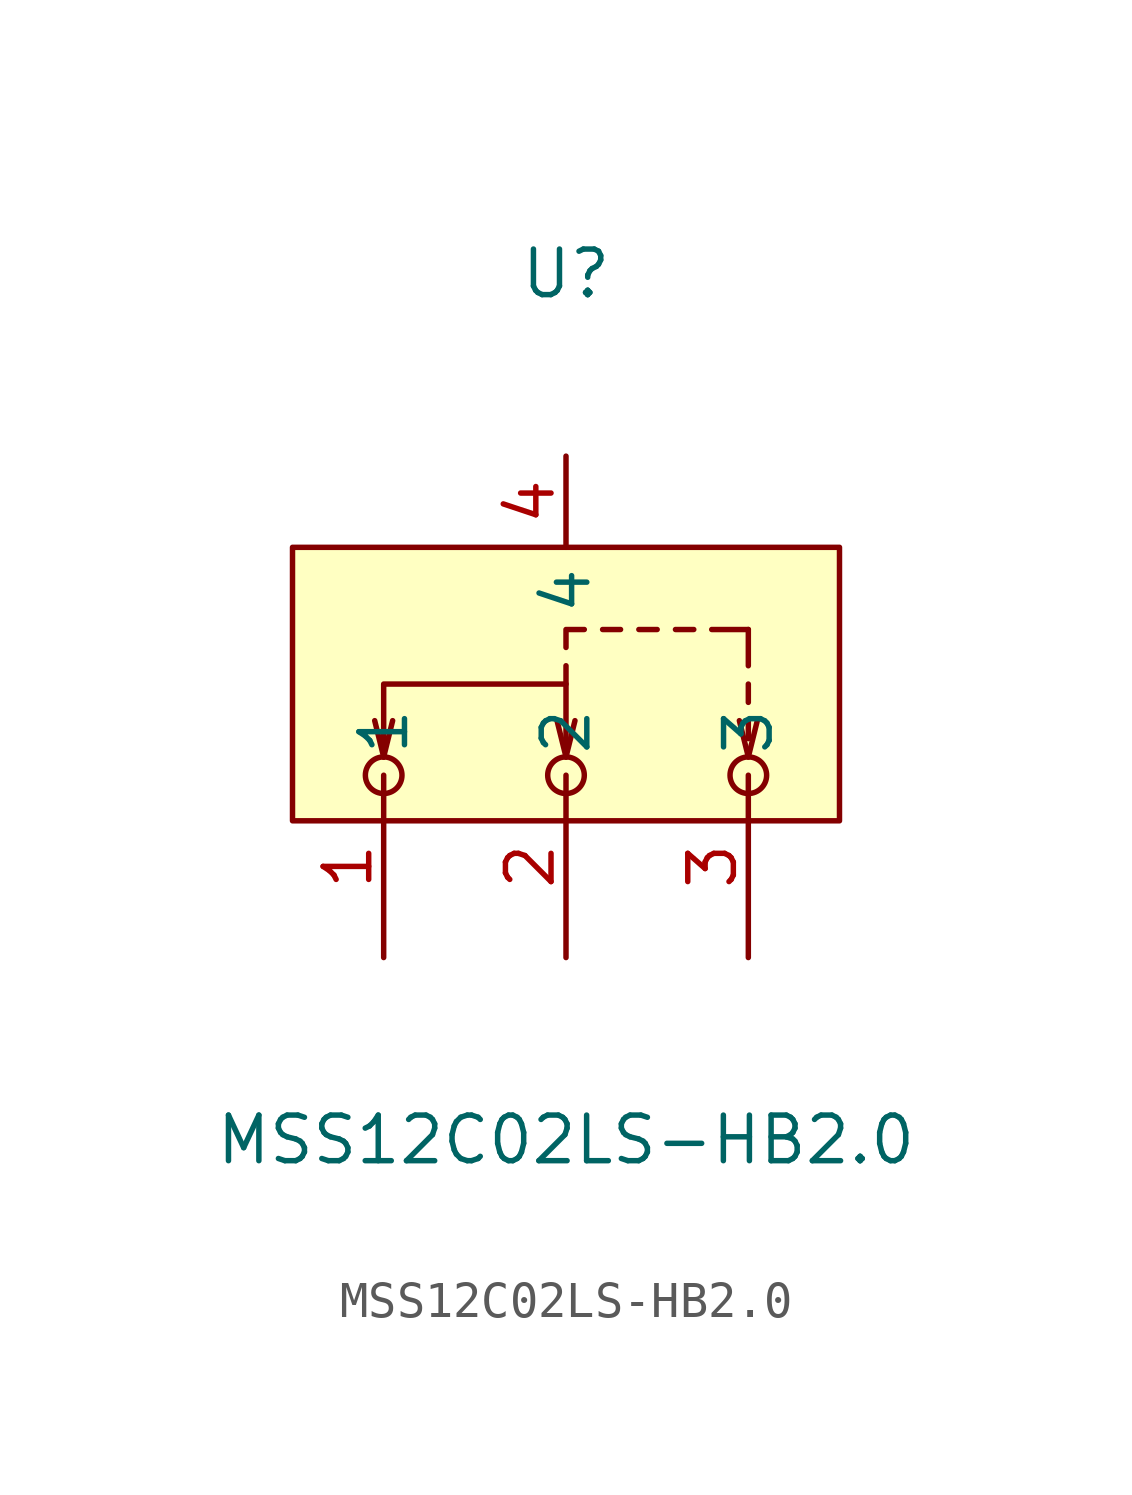
<source format=kicad_sym>
(kicad_symbol_lib
  (version 20211014)
  (generator https://github.com/uPesy/easyeda2kicad.py)
  (symbol "MSS12C02LS-HB2.0"
    (property "Reference" "U"
      (at 0 11.43 0)
      (effects (font (size 1.27 1.27))))
    (property "Value" "MSS12C02LS-HB2.0"
      (at 0 -12.70 0)
      (effects (font (size 1.27 1.27))))
    (symbol "MSS12C02LS-HB2.0_0_1"
      (rectangle (start -7.62 3.81) (end 7.62 -3.81) (stroke (width 0) (type default) (color 0 0 0 0)) (fill (type background)))
      (circle (center -5.08 -2.54) (radius 0.51) (stroke (width 0) (type default) (color 0 0 0 0)) (fill (type none)))
      (circle (center 0.00 -2.54) (radius 0.51) (stroke (width 0) (type default) (color 0 0 0 0)) (fill (type none)))
      (circle (center 5.08 -2.54) (radius 0.51) (stroke (width 0) (type default) (color 0 0 0 0)) (fill (type none)))
      (polyline (pts (xy 5.08 -0.51) (xy 5.08 -0.00)) (stroke (width 0) (type default) (color 0 0 0 0)) (fill (type none)))
      (polyline (pts (xy 5.08 -1.52) (xy 5.08 -1.02)) (stroke (width 0) (type default) (color 0 0 0 0)) (fill (type none)))
      (polyline (pts (xy 5.08 1.52) (xy 5.08 0.51)) (stroke (width 0) (type default) (color 0 0 0 0)) (fill (type none)))
      (polyline (pts (xy 4.06 1.52) (xy 5.08 1.52)) (stroke (width 0) (type default) (color 0 0 0 0)) (fill (type none)))
      (polyline (pts (xy 3.05 1.52) (xy 3.56 1.52)) (stroke (width 0) (type default) (color 0 0 0 0)) (fill (type none)))
      (polyline (pts (xy 2.03 1.52) (xy 2.54 1.52)) (stroke (width 0) (type default) (color 0 0 0 0)) (fill (type none)))
      (polyline (pts (xy 1.02 1.52) (xy 1.52 1.52)) (stroke (width 0) (type default) (color 0 0 0 0)) (fill (type none)))
      (polyline (pts (xy 0.00 1.02) (xy 0.00 1.52) (xy 0.51 1.52)) (stroke (width 0) (type default) (color 0 0 0 0)) (fill (type none)))
      (polyline (pts (xy 0.00 -0.00) (xy 0.00 0.51)) (stroke (width 0) (type default) (color 0 0 0 0)) (fill (type none)))
      (polyline (pts (xy 5.08 -2.03) (xy 5.33 -1.02)) (stroke (width 0) (type default) (color 0 0 0 0)) (fill (type none)))
      (polyline (pts (xy -5.08 -2.03) (xy -5.08 -0.00) (xy 0.00 -0.00) (xy 0.00 -2.03)) (stroke (width 0) (type default) (color 0 0 0 0)) (fill (type none)))
      (polyline (pts (xy 0.00 -2.03) (xy 0.25 -1.02)) (stroke (width 0) (type default) (color 0 0 0 0)) (fill (type none)))
      (polyline (pts (xy 0.00 -2.03) (xy -0.25 -1.02)) (stroke (width 0) (type default) (color 0 0 0 0)) (fill (type none)))
      (polyline (pts (xy -5.08 -2.03) (xy -4.83 -1.02)) (stroke (width 0) (type default) (color 0 0 0 0)) (fill (type none)))
      (polyline (pts (xy -5.08 -2.03) (xy -5.33 -1.02)) (stroke (width 0) (type default) (color 0 0 0 0)) (fill (type none)))
      (polyline (pts (xy 5.08 -2.03) (xy 4.83 -1.02)) (stroke (width 0) (type default) (color 0 0 0 0)) (fill (type none)))
      (pin unspecified line (at -5.08 -7.62 90) (length 5.08) (name "1" (effects (font (size 1.27 1.27)))) (number "1" (effects (font (size 1.27 1.27)))))
      (pin unspecified line (at 0.00 -7.62 90) (length 5.08) (name "2" (effects (font (size 1.27 1.27)))) (number "2" (effects (font (size 1.27 1.27)))))
      (pin unspecified line (at 5.08 -7.62 90) (length 5.08) (name "3" (effects (font (size 1.27 1.27)))) (number "3" (effects (font (size 1.27 1.27)))))
      (pin unspecified line (at 0.00 6.35 270) (length 2.54) (name "4" (effects (font (size 1.27 1.27)))) (number "4" (effects (font (size 1.27 1.27))))))))
</source>
